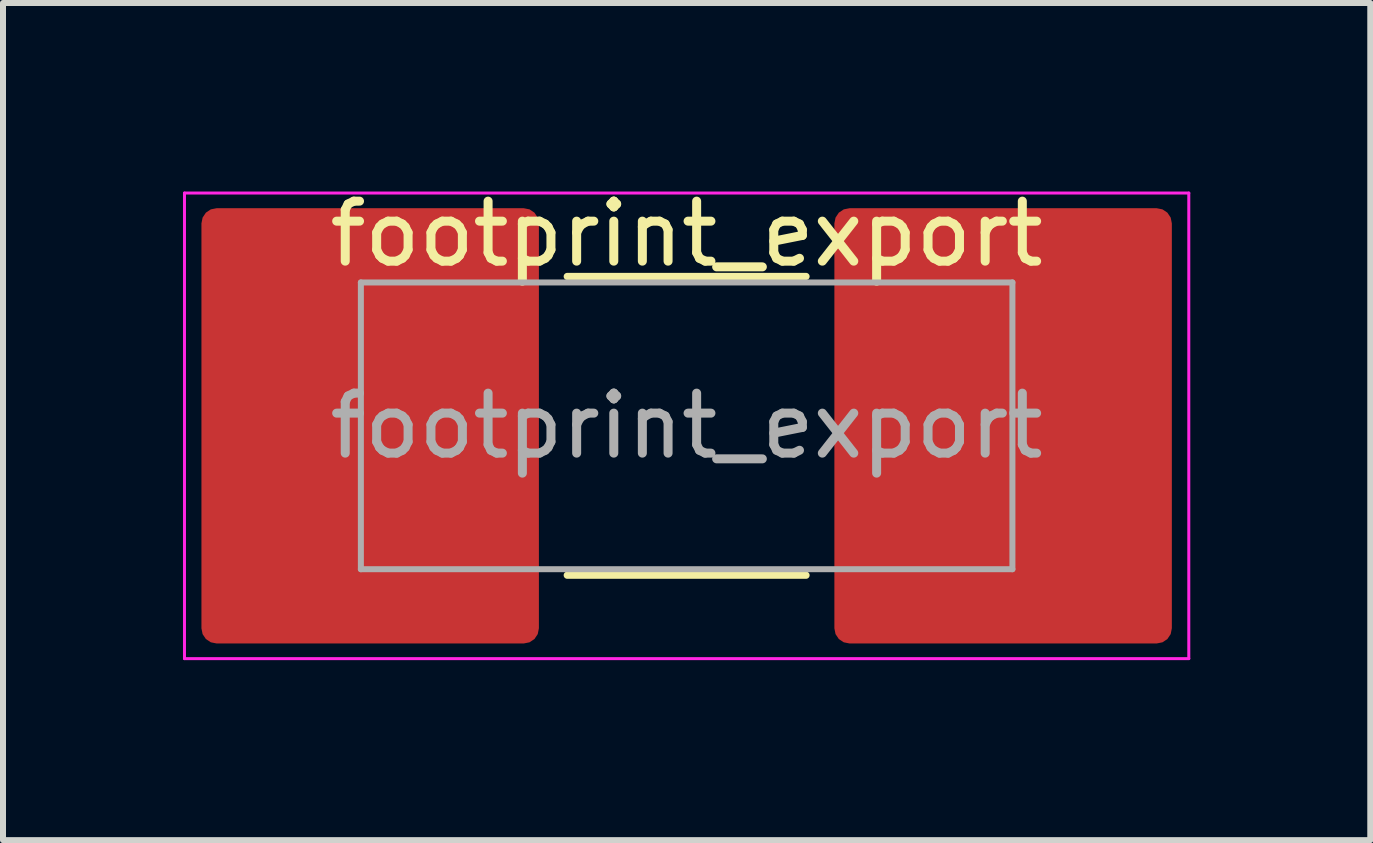
<source format=kicad_pcb>
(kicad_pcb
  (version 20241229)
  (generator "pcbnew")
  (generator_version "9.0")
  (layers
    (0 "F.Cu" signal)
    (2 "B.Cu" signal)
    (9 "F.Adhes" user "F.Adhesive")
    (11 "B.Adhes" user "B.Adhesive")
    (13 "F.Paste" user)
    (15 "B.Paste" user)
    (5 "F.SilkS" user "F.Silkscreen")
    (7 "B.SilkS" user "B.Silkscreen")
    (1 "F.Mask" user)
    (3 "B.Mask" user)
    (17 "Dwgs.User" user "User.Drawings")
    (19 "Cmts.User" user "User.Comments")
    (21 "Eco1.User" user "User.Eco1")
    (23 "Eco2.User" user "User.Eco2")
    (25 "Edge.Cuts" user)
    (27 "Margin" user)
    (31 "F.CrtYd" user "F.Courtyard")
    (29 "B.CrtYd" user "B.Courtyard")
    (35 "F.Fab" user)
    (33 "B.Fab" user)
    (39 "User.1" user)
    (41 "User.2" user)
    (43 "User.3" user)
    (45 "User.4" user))
  (footprint "footprint_export"
    (layer "F.Cu")
    (at 8.395 4.048)
    (property "Reference" "footprint_export" (at 0 -3.2 0) (unlocked yes) (layer "F.SilkS") (effects (font (size 1 1) (thickness 0.15))))
    (attr smd)
    (fp_line (start -1.99 -2.49) (end 1.99 -2.49) (stroke (width 0.12) (type solid)) (layer "F.SilkS"))
    (fp_line (start -1.99 2.49) (end 1.99 2.49) (stroke (width 0.12) (type solid)) (layer "F.SilkS"))
    (fp_line (start -8.37 -3.88) (end -8.37 3.88) (stroke (width 0.05) (type default)) (layer "F.CrtYd"))
    (fp_line (start -8.37 -3.88) (end 8.37 -3.88) (stroke (width 0.05) (type solid)) (layer "F.CrtYd"))
    (fp_line (start 8.37 -3.88) (end 8.37 3.88) (stroke (width 0.05) (type default)) (layer "F.CrtYd"))
    (fp_line (start 8.37 3.88) (end -8.37 3.88) (stroke (width 0.05) (type solid)) (layer "F.CrtYd"))
    (fp_line (start -5.43 -2.39) (end -5.43 2.39) (stroke (width 0.1) (type default)) (layer "F.Fab"))
    (fp_line (start -5.43 -2.39) (end 5.43 -2.39) (stroke (width 0.1) (type solid)) (layer "F.Fab"))
    (fp_line (start -5.43 2.39) (end 5.43 2.39) (stroke (width 0.1) (type solid)) (layer "F.Fab"))
    (fp_line (start 5.43 -2.39) (end 5.43 2.39) (stroke (width 0.1) (type default)) (layer "F.Fab"))
    (fp_text user "${REFERENCE}" (at 0 0 0) (layer "F.Fab") (effects (font (size 1 1) (thickness 0.15))))
    (pad "1" smd roundrect (at -5.275 0) (size 5.625 7.255) (layers "F.Cu" "F.Mask" "F.Paste") (roundrect_rratio 0.045))
    (pad "2" smd roundrect (at 5.275 0) (size 5.625 7.255) (layers "F.Cu" "F.Mask" "F.Paste") (roundrect_rratio 0.045)))
  (gr_rect
    (start -3 -3)
    (end 19.79 10.953)
    (stroke (width 0.1) (type default))
    (fill no)
    (layer "Edge.Cuts")))
</source>
